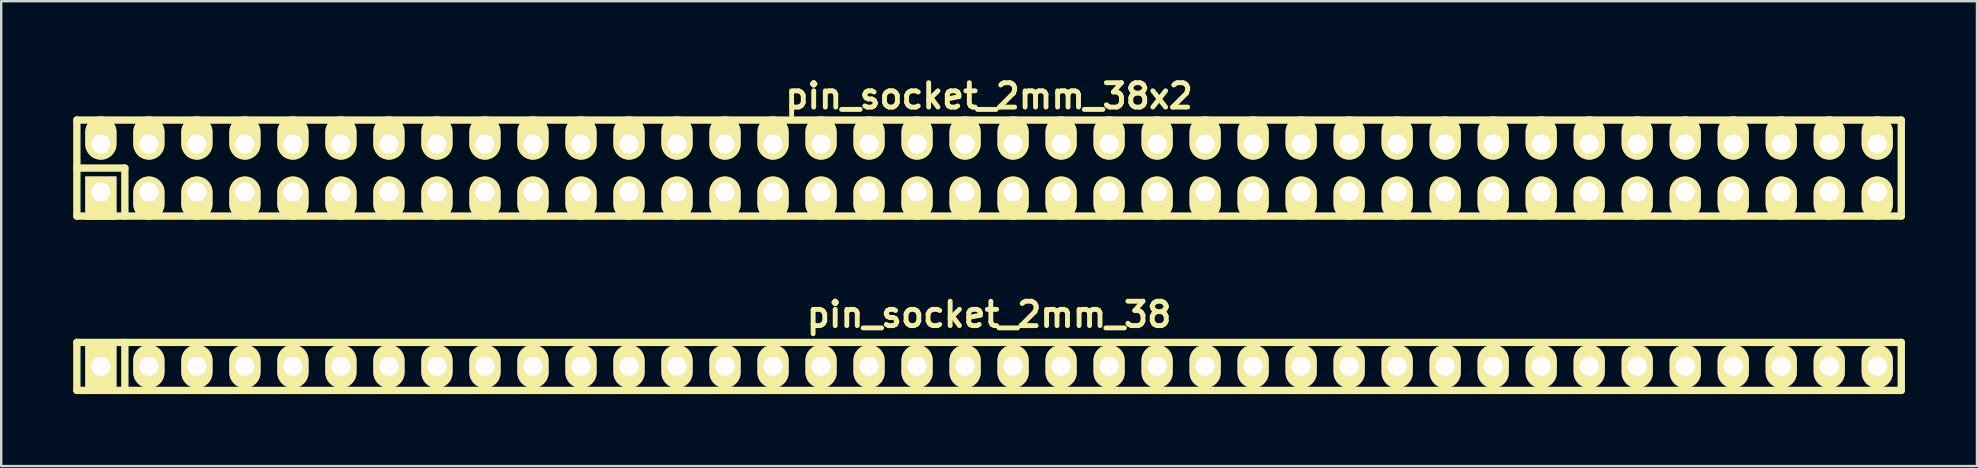
<source format=kicad_pcb>
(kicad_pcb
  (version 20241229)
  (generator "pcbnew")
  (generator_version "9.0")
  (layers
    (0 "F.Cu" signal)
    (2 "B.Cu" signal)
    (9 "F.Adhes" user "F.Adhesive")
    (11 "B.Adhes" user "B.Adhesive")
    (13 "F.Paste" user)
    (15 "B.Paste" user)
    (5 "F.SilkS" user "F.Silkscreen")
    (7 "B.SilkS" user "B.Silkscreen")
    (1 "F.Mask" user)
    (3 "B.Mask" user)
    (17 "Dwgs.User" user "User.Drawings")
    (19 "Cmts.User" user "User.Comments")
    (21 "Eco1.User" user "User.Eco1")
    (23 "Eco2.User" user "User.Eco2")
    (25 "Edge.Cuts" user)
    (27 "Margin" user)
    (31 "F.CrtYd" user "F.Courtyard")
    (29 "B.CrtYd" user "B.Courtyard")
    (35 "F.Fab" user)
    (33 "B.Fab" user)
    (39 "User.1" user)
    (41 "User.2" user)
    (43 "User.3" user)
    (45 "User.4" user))
  (footprint "pin_socket_2mm_38"
    (layer "F.Cu")
    (at 38.152 12.213)
    (property "Reference" "pin_socket_2mm_38" (at 0 -2.159 0) (layer "F.SilkS") (effects (font (size 1.016 1.016) (thickness 0.203))))
    (attr through_hole)
    (fp_line (start -38 -1) (end 38 -1) (stroke (width 0.305) (type solid)) (layer "F.SilkS"))
    (fp_line (start -38 1) (end -38 -1) (stroke (width 0.305) (type solid)) (layer "F.SilkS"))
    (fp_line (start -36 -1) (end -36 1) (stroke (width 0.305) (type solid)) (layer "F.SilkS"))
    (fp_line (start 38 -1) (end 38 1) (stroke (width 0.305) (type solid)) (layer "F.SilkS"))
    (fp_line (start 38 1) (end -38 1) (stroke (width 0.305) (type solid)) (layer "F.SilkS"))
    (pad "1" thru_hole rect (at -37 0) (size 1.3 1.8) (drill 0.8) (layers "*.Cu" "*.Mask" "F.SilkS"))
    (pad "2" thru_hole oval (at -35 0) (size 1.3 1.8) (drill 0.8) (layers "*.Cu" "*.Mask" "F.SilkS"))
    (pad "3" thru_hole oval (at -33 0) (size 1.3 1.8) (drill 0.8) (layers "*.Cu" "*.Mask" "F.SilkS"))
    (pad "4" thru_hole oval (at -31 0) (size 1.3 1.8) (drill 0.8) (layers "*.Cu" "*.Mask" "F.SilkS"))
    (pad "5" thru_hole oval (at -29 0) (size 1.3 1.8) (drill 0.8) (layers "*.Cu" "*.Mask" "F.SilkS"))
    (pad "6" thru_hole oval (at -27 0) (size 1.3 1.8) (drill 0.8) (layers "*.Cu" "*.Mask" "F.SilkS"))
    (pad "7" thru_hole oval (at -25 0) (size 1.3 1.8) (drill 0.8) (layers "*.Cu" "*.Mask" "F.SilkS"))
    (pad "8" thru_hole oval (at -23 0) (size 1.3 1.8) (drill 0.8) (layers "*.Cu" "*.Mask" "F.SilkS"))
    (pad "9" thru_hole oval (at -21 0) (size 1.3 1.8) (drill 0.8) (layers "*.Cu" "*.Mask" "F.SilkS"))
    (pad "10" thru_hole oval (at -19 0) (size 1.3 1.8) (drill 0.8) (layers "*.Cu" "*.Mask" "F.SilkS"))
    (pad "11" thru_hole oval (at -17 0) (size 1.3 1.8) (drill 0.8) (layers "*.Cu" "*.Mask" "F.SilkS"))
    (pad "12" thru_hole oval (at -15 0) (size 1.3 1.8) (drill 0.8) (layers "*.Cu" "*.Mask" "F.SilkS"))
    (pad "13" thru_hole oval (at -13 0) (size 1.3 1.8) (drill 0.8) (layers "*.Cu" "*.Mask" "F.SilkS"))
    (pad "14" thru_hole oval (at -11 0) (size 1.3 1.8) (drill 0.8) (layers "*.Cu" "*.Mask" "F.SilkS"))
    (pad "15" thru_hole oval (at -9 0) (size 1.3 1.8) (drill 0.8) (layers "*.Cu" "*.Mask" "F.SilkS"))
    (pad "16" thru_hole oval (at -7 0) (size 1.3 1.8) (drill 0.8) (layers "*.Cu" "*.Mask" "F.SilkS"))
    (pad "17" thru_hole oval (at -5 0) (size 1.3 1.8) (drill 0.8) (layers "*.Cu" "*.Mask" "F.SilkS"))
    (pad "18" thru_hole oval (at -3 0) (size 1.3 1.8) (drill 0.8) (layers "*.Cu" "*.Mask" "F.SilkS"))
    (pad "19" thru_hole oval (at -1 0) (size 1.3 1.8) (drill 0.8) (layers "*.Cu" "*.Mask" "F.SilkS"))
    (pad "20" thru_hole oval (at 1 0) (size 1.3 1.8) (drill 0.8) (layers "*.Cu" "*.Mask" "F.SilkS"))
    (pad "21" thru_hole oval (at 3 0) (size 1.3 1.8) (drill 0.8) (layers "*.Cu" "*.Mask" "F.SilkS"))
    (pad "22" thru_hole oval (at 5 0) (size 1.3 1.8) (drill 0.8) (layers "*.Cu" "*.Mask" "F.SilkS"))
    (pad "23" thru_hole oval (at 7 0) (size 1.3 1.8) (drill 0.8) (layers "*.Cu" "*.Mask" "F.SilkS"))
    (pad "24" thru_hole oval (at 9 0) (size 1.3 1.8) (drill 0.8) (layers "*.Cu" "*.Mask" "F.SilkS"))
    (pad "25" thru_hole oval (at 11 0) (size 1.3 1.8) (drill 0.8) (layers "*.Cu" "*.Mask" "F.SilkS"))
    (pad "26" thru_hole oval (at 13 0) (size 1.3 1.8) (drill 0.8) (layers "*.Cu" "*.Mask" "F.SilkS"))
    (pad "27" thru_hole oval (at 15 0) (size 1.3 1.8) (drill 0.8) (layers "*.Cu" "*.Mask" "F.SilkS"))
    (pad "28" thru_hole oval (at 17 0) (size 1.3 1.8) (drill 0.8) (layers "*.Cu" "*.Mask" "F.SilkS"))
    (pad "29" thru_hole oval (at 19 0) (size 1.3 1.8) (drill 0.8) (layers "*.Cu" "*.Mask" "F.SilkS"))
    (pad "30" thru_hole oval (at 21 0) (size 1.3 1.8) (drill 0.8) (layers "*.Cu" "*.Mask" "F.SilkS"))
    (pad "31" thru_hole oval (at 23 0) (size 1.3 1.8) (drill 0.8) (layers "*.Cu" "*.Mask" "F.SilkS"))
    (pad "32" thru_hole oval (at 25 0) (size 1.3 1.8) (drill 0.8) (layers "*.Cu" "*.Mask" "F.SilkS"))
    (pad "33" thru_hole oval (at 27 0) (size 1.3 1.8) (drill 0.8) (layers "*.Cu" "*.Mask" "F.SilkS"))
    (pad "34" thru_hole oval (at 29 0) (size 1.3 1.8) (drill 0.8) (layers "*.Cu" "*.Mask" "F.SilkS"))
    (pad "35" thru_hole oval (at 31 0) (size 1.3 1.8) (drill 0.8) (layers "*.Cu" "*.Mask" "F.SilkS"))
    (pad "36" thru_hole oval (at 33 0) (size 1.3 1.8) (drill 0.8) (layers "*.Cu" "*.Mask" "F.SilkS"))
    (pad "37" thru_hole oval (at 35 0) (size 1.3 1.8) (drill 0.8) (layers "*.Cu" "*.Mask" "F.SilkS"))
    (pad "38" thru_hole oval (at 37 0) (size 1.3 1.8) (drill 0.8) (layers "*.Cu" "*.Mask" "F.SilkS")))
  (footprint "pin_socket_2mm_38x2"
    (layer "F.Cu")
    (at 38.152 3.951)
    (property "Reference" "pin_socket_2mm_38x2" (at 0 -3 0) (layer "F.SilkS") (effects (font (size 1.016 1.016) (thickness 0.203))))
    (attr through_hole)
    (fp_line (start -38 -2) (end 38 -2) (stroke (width 0.305) (type solid)) (layer "F.SilkS"))
    (fp_line (start -38 0) (end -36 0) (stroke (width 0.305) (type solid)) (layer "F.SilkS"))
    (fp_line (start -38 2) (end -38 -2) (stroke (width 0.305) (type solid)) (layer "F.SilkS"))
    (fp_line (start -36 0) (end -36 2) (stroke (width 0.305) (type solid)) (layer "F.SilkS"))
    (fp_line (start 38 -2) (end 38 2) (stroke (width 0.305) (type solid)) (layer "F.SilkS"))
    (fp_line (start 38 2) (end -38 2) (stroke (width 0.305) (type solid)) (layer "F.SilkS"))
    (pad "1" thru_hole rect (at -37 1) (size 1.3 1.8) (drill 0.8 (offset 0 0.25)) (layers "*.Cu" "*.Mask" "F.SilkS"))
    (pad "2" thru_hole oval (at -37 -1) (size 1.3 1.8) (drill 0.8 (offset 0 -0.25)) (layers "*.Cu" "*.Mask" "F.SilkS"))
    (pad "3" thru_hole oval (at -35 1) (size 1.3 1.8) (drill 0.8 (offset 0 0.25)) (layers "*.Cu" "*.Mask" "F.SilkS"))
    (pad "4" thru_hole oval (at -35 -1) (size 1.3 1.8) (drill 0.8 (offset 0 -0.25)) (layers "*.Cu" "*.Mask" "F.SilkS"))
    (pad "5" thru_hole oval (at -33 1) (size 1.3 1.8) (drill 0.8 (offset 0 0.25)) (layers "*.Cu" "*.Mask" "F.SilkS"))
    (pad "6" thru_hole oval (at -33 -1) (size 1.3 1.8) (drill 0.8 (offset 0 -0.25)) (layers "*.Cu" "*.Mask" "F.SilkS"))
    (pad "7" thru_hole oval (at -31 1) (size 1.3 1.8) (drill 0.8 (offset 0 0.25)) (layers "*.Cu" "*.Mask" "F.SilkS"))
    (pad "8" thru_hole oval (at -31 -1) (size 1.3 1.8) (drill 0.8 (offset 0 -0.25)) (layers "*.Cu" "*.Mask" "F.SilkS"))
    (pad "9" thru_hole oval (at -29 1) (size 1.3 1.8) (drill 0.8 (offset 0 0.25)) (layers "*.Cu" "*.Mask" "F.SilkS"))
    (pad "10" thru_hole oval (at -29 -1) (size 1.3 1.8) (drill 0.8 (offset 0 -0.25)) (layers "*.Cu" "*.Mask" "F.SilkS"))
    (pad "11" thru_hole oval (at -27 1) (size 1.3 1.8) (drill 0.8 (offset 0 0.25)) (layers "*.Cu" "*.Mask" "F.SilkS"))
    (pad "12" thru_hole oval (at -27 -1) (size 1.3 1.8) (drill 0.8 (offset 0 -0.25)) (layers "*.Cu" "*.Mask" "F.SilkS"))
    (pad "13" thru_hole oval (at -25 1) (size 1.3 1.8) (drill 0.8 (offset 0 0.25)) (layers "*.Cu" "*.Mask" "F.SilkS"))
    (pad "14" thru_hole oval (at -25 -1) (size 1.3 1.8) (drill 0.8 (offset 0 -0.25)) (layers "*.Cu" "*.Mask" "F.SilkS"))
    (pad "15" thru_hole oval (at -23 1) (size 1.3 1.8) (drill 0.8 (offset 0 0.25)) (layers "*.Cu" "*.Mask" "F.SilkS"))
    (pad "16" thru_hole oval (at -23 -1) (size 1.3 1.8) (drill 0.8 (offset 0 -0.25)) (layers "*.Cu" "*.Mask" "F.SilkS"))
    (pad "17" thru_hole oval (at -21 1) (size 1.3 1.8) (drill 0.8 (offset 0 0.25)) (layers "*.Cu" "*.Mask" "F.SilkS"))
    (pad "18" thru_hole oval (at -21 -1) (size 1.3 1.8) (drill 0.8 (offset 0 -0.25)) (layers "*.Cu" "*.Mask" "F.SilkS"))
    (pad "19" thru_hole oval (at -19 1) (size 1.3 1.8) (drill 0.8 (offset 0 0.25)) (layers "*.Cu" "*.Mask" "F.SilkS"))
    (pad "20" thru_hole oval (at -19 -1) (size 1.3 1.8) (drill 0.8 (offset 0 -0.25)) (layers "*.Cu" "*.Mask" "F.SilkS"))
    (pad "21" thru_hole oval (at -17 1) (size 1.3 1.8) (drill 0.8 (offset 0 0.25)) (layers "*.Cu" "*.Mask" "F.SilkS"))
    (pad "22" thru_hole oval (at -17 -1) (size 1.3 1.8) (drill 0.8 (offset 0 -0.25)) (layers "*.Cu" "*.Mask" "F.SilkS"))
    (pad "23" thru_hole oval (at -15 1) (size 1.3 1.8) (drill 0.8 (offset 0 0.25)) (layers "*.Cu" "*.Mask" "F.SilkS"))
    (pad "24" thru_hole oval (at -15 -1) (size 1.3 1.8) (drill 0.8 (offset 0 -0.25)) (layers "*.Cu" "*.Mask" "F.SilkS"))
    (pad "25" thru_hole oval (at -13 1) (size 1.3 1.8) (drill 0.8 (offset 0 0.25)) (layers "*.Cu" "*.Mask" "F.SilkS"))
    (pad "26" thru_hole oval (at -13 -1) (size 1.3 1.8) (drill 0.8 (offset 0 -0.25)) (layers "*.Cu" "*.Mask" "F.SilkS"))
    (pad "27" thru_hole oval (at -11 1) (size 1.3 1.8) (drill 0.8 (offset 0 0.25)) (layers "*.Cu" "*.Mask" "F.SilkS"))
    (pad "28" thru_hole oval (at -11 -1) (size 1.3 1.8) (drill 0.8 (offset 0 -0.25)) (layers "*.Cu" "*.Mask" "F.SilkS"))
    (pad "29" thru_hole oval (at -9 1) (size 1.3 1.8) (drill 0.8 (offset 0 0.25)) (layers "*.Cu" "*.Mask" "F.SilkS"))
    (pad "30" thru_hole oval (at -9 -1) (size 1.3 1.8) (drill 0.8 (offset 0 -0.25)) (layers "*.Cu" "*.Mask" "F.SilkS"))
    (pad "31" thru_hole oval (at -7 1) (size 1.3 1.8) (drill 0.8 (offset 0 0.25)) (layers "*.Cu" "*.Mask" "F.SilkS"))
    (pad "32" thru_hole oval (at -7 -1) (size 1.3 1.8) (drill 0.8 (offset 0 -0.25)) (layers "*.Cu" "*.Mask" "F.SilkS"))
    (pad "33" thru_hole oval (at -5 1) (size 1.3 1.8) (drill 0.8 (offset 0 0.25)) (layers "*.Cu" "*.Mask" "F.SilkS"))
    (pad "34" thru_hole oval (at -5 -1) (size 1.3 1.8) (drill 0.8 (offset 0 -0.25)) (layers "*.Cu" "*.Mask" "F.SilkS"))
    (pad "35" thru_hole oval (at -3 1) (size 1.3 1.8) (drill 0.8 (offset 0 0.25)) (layers "*.Cu" "*.Mask" "F.SilkS"))
    (pad "36" thru_hole oval (at -3 -1) (size 1.3 1.8) (drill 0.8 (offset 0 -0.25)) (layers "*.Cu" "*.Mask" "F.SilkS"))
    (pad "37" thru_hole oval (at -1 1) (size 1.3 1.8) (drill 0.8 (offset 0 0.25)) (layers "*.Cu" "*.Mask" "F.SilkS"))
    (pad "38" thru_hole oval (at -1 -1) (size 1.3 1.8) (drill 0.8 (offset 0 -0.25)) (layers "*.Cu" "*.Mask" "F.SilkS"))
    (pad "39" thru_hole oval (at 1 1) (size 1.3 1.8) (drill 0.8 (offset 0 0.25)) (layers "*.Cu" "*.Mask" "F.SilkS"))
    (pad "40" thru_hole oval (at 1 -1) (size 1.3 1.8) (drill 0.8 (offset 0 -0.25)) (layers "*.Cu" "*.Mask" "F.SilkS"))
    (pad "41" thru_hole oval (at 3 1) (size 1.3 1.8) (drill 0.8 (offset 0 0.25)) (layers "*.Cu" "*.Mask" "F.SilkS"))
    (pad "42" thru_hole oval (at 3 -1) (size 1.3 1.8) (drill 0.8 (offset 0 -0.25)) (layers "*.Cu" "*.Mask" "F.SilkS"))
    (pad "43" thru_hole oval (at 5 1) (size 1.3 1.8) (drill 0.8 (offset 0 0.25)) (layers "*.Cu" "*.Mask" "F.SilkS"))
    (pad "44" thru_hole oval (at 5 -1) (size 1.3 1.8) (drill 0.8 (offset 0 -0.25)) (layers "*.Cu" "*.Mask" "F.SilkS"))
    (pad "45" thru_hole oval (at 7 1) (size 1.3 1.8) (drill 0.8 (offset 0 0.25)) (layers "*.Cu" "*.Mask" "F.SilkS"))
    (pad "46" thru_hole oval (at 7 -1) (size 1.3 1.8) (drill 0.8 (offset 0 -0.25)) (layers "*.Cu" "*.Mask" "F.SilkS"))
    (pad "47" thru_hole oval (at 9 1) (size 1.3 1.8) (drill 0.8 (offset 0 0.25)) (layers "*.Cu" "*.Mask" "F.SilkS"))
    (pad "48" thru_hole oval (at 9 -1) (size 1.3 1.8) (drill 0.8 (offset 0 -0.25)) (layers "*.Cu" "*.Mask" "F.SilkS"))
    (pad "49" thru_hole oval (at 11 1) (size 1.3 1.8) (drill 0.8 (offset 0 0.25)) (layers "*.Cu" "*.Mask" "F.SilkS"))
    (pad "50" thru_hole oval (at 11 -1) (size 1.3 1.8) (drill 0.8 (offset 0 -0.25)) (layers "*.Cu" "*.Mask" "F.SilkS"))
    (pad "51" thru_hole oval (at 13 1) (size 1.3 1.8) (drill 0.8 (offset 0 0.25)) (layers "*.Cu" "*.Mask" "F.SilkS"))
    (pad "52" thru_hole oval (at 13 -1) (size 1.3 1.8) (drill 0.8 (offset 0 -0.25)) (layers "*.Cu" "*.Mask" "F.SilkS"))
    (pad "53" thru_hole oval (at 15 1) (size 1.3 1.8) (drill 0.8 (offset 0 0.25)) (layers "*.Cu" "*.Mask" "F.SilkS"))
    (pad "54" thru_hole oval (at 15 -1) (size 1.3 1.8) (drill 0.8 (offset 0 -0.25)) (layers "*.Cu" "*.Mask" "F.SilkS"))
    (pad "55" thru_hole oval (at 17 1) (size 1.3 1.8) (drill 0.8 (offset 0 0.25)) (layers "*.Cu" "*.Mask" "F.SilkS"))
    (pad "56" thru_hole oval (at 17 -1) (size 1.3 1.8) (drill 0.8 (offset 0 -0.25)) (layers "*.Cu" "*.Mask" "F.SilkS"))
    (pad "57" thru_hole oval (at 19 1) (size 1.3 1.8) (drill 0.8 (offset 0 0.25)) (layers "*.Cu" "*.Mask" "F.SilkS"))
    (pad "58" thru_hole oval (at 19 -1) (size 1.3 1.8) (drill 0.8 (offset 0 -0.25)) (layers "*.Cu" "*.Mask" "F.SilkS"))
    (pad "59" thru_hole oval (at 21 1) (size 1.3 1.8) (drill 0.8 (offset 0 0.25)) (layers "*.Cu" "*.Mask" "F.SilkS"))
    (pad "60" thru_hole oval (at 21 -1) (size 1.3 1.8) (drill 0.8 (offset 0 -0.25)) (layers "*.Cu" "*.Mask" "F.SilkS"))
    (pad "61" thru_hole oval (at 23 1) (size 1.3 1.8) (drill 0.8 (offset 0 0.25)) (layers "*.Cu" "*.Mask" "F.SilkS"))
    (pad "62" thru_hole oval (at 23 -1) (size 1.3 1.8) (drill 0.8 (offset 0 -0.25)) (layers "*.Cu" "*.Mask" "F.SilkS"))
    (pad "63" thru_hole oval (at 25 1) (size 1.3 1.8) (drill 0.8 (offset 0 0.25)) (layers "*.Cu" "*.Mask" "F.SilkS"))
    (pad "64" thru_hole oval (at 25 -1) (size 1.3 1.8) (drill 0.8 (offset 0 -0.25)) (layers "*.Cu" "*.Mask" "F.SilkS"))
    (pad "65" thru_hole oval (at 27 1) (size 1.3 1.8) (drill 0.8 (offset 0 0.25)) (layers "*.Cu" "*.Mask" "F.SilkS"))
    (pad "66" thru_hole oval (at 27 -1) (size 1.3 1.8) (drill 0.8 (offset 0 -0.25)) (layers "*.Cu" "*.Mask" "F.SilkS"))
    (pad "67" thru_hole oval (at 29 1) (size 1.3 1.8) (drill 0.8 (offset 0 0.25)) (layers "*.Cu" "*.Mask" "F.SilkS"))
    (pad "68" thru_hole oval (at 29 -1) (size 1.3 1.8) (drill 0.8 (offset 0 -0.25)) (layers "*.Cu" "*.Mask" "F.SilkS"))
    (pad "69" thru_hole oval (at 31 1) (size 1.3 1.8) (drill 0.8 (offset 0 0.25)) (layers "*.Cu" "*.Mask" "F.SilkS"))
    (pad "70" thru_hole oval (at 31 -1) (size 1.3 1.8) (drill 0.8 (offset 0 -0.25)) (layers "*.Cu" "*.Mask" "F.SilkS"))
    (pad "71" thru_hole oval (at 33 1) (size 1.3 1.8) (drill 0.8 (offset 0 0.25)) (layers "*.Cu" "*.Mask" "F.SilkS"))
    (pad "72" thru_hole oval (at 33 -1) (size 1.3 1.8) (drill 0.8 (offset 0 -0.25)) (layers "*.Cu" "*.Mask" "F.SilkS"))
    (pad "73" thru_hole oval (at 35 1) (size 1.3 1.8) (drill 0.8 (offset 0 0.25)) (layers "*.Cu" "*.Mask" "F.SilkS"))
    (pad "74" thru_hole oval (at 35 -1) (size 1.3 1.8) (drill 0.8 (offset 0 -0.25)) (layers "*.Cu" "*.Mask" "F.SilkS"))
    (pad "75" thru_hole oval (at 37 1) (size 1.3 1.8) (drill 0.8 (offset 0 0.25)) (layers "*.Cu" "*.Mask" "F.SilkS"))
    (pad "76" thru_hole oval (at 37 -1) (size 1.3 1.8) (drill 0.8 (offset 0 -0.25)) (layers "*.Cu" "*.Mask" "F.SilkS")))
  (gr_rect
    (start -3 -3)
    (end 79.305 16.366)
    (stroke (width 0.1) (type default))
    (fill no)
    (layer "Edge.Cuts")))
</source>
